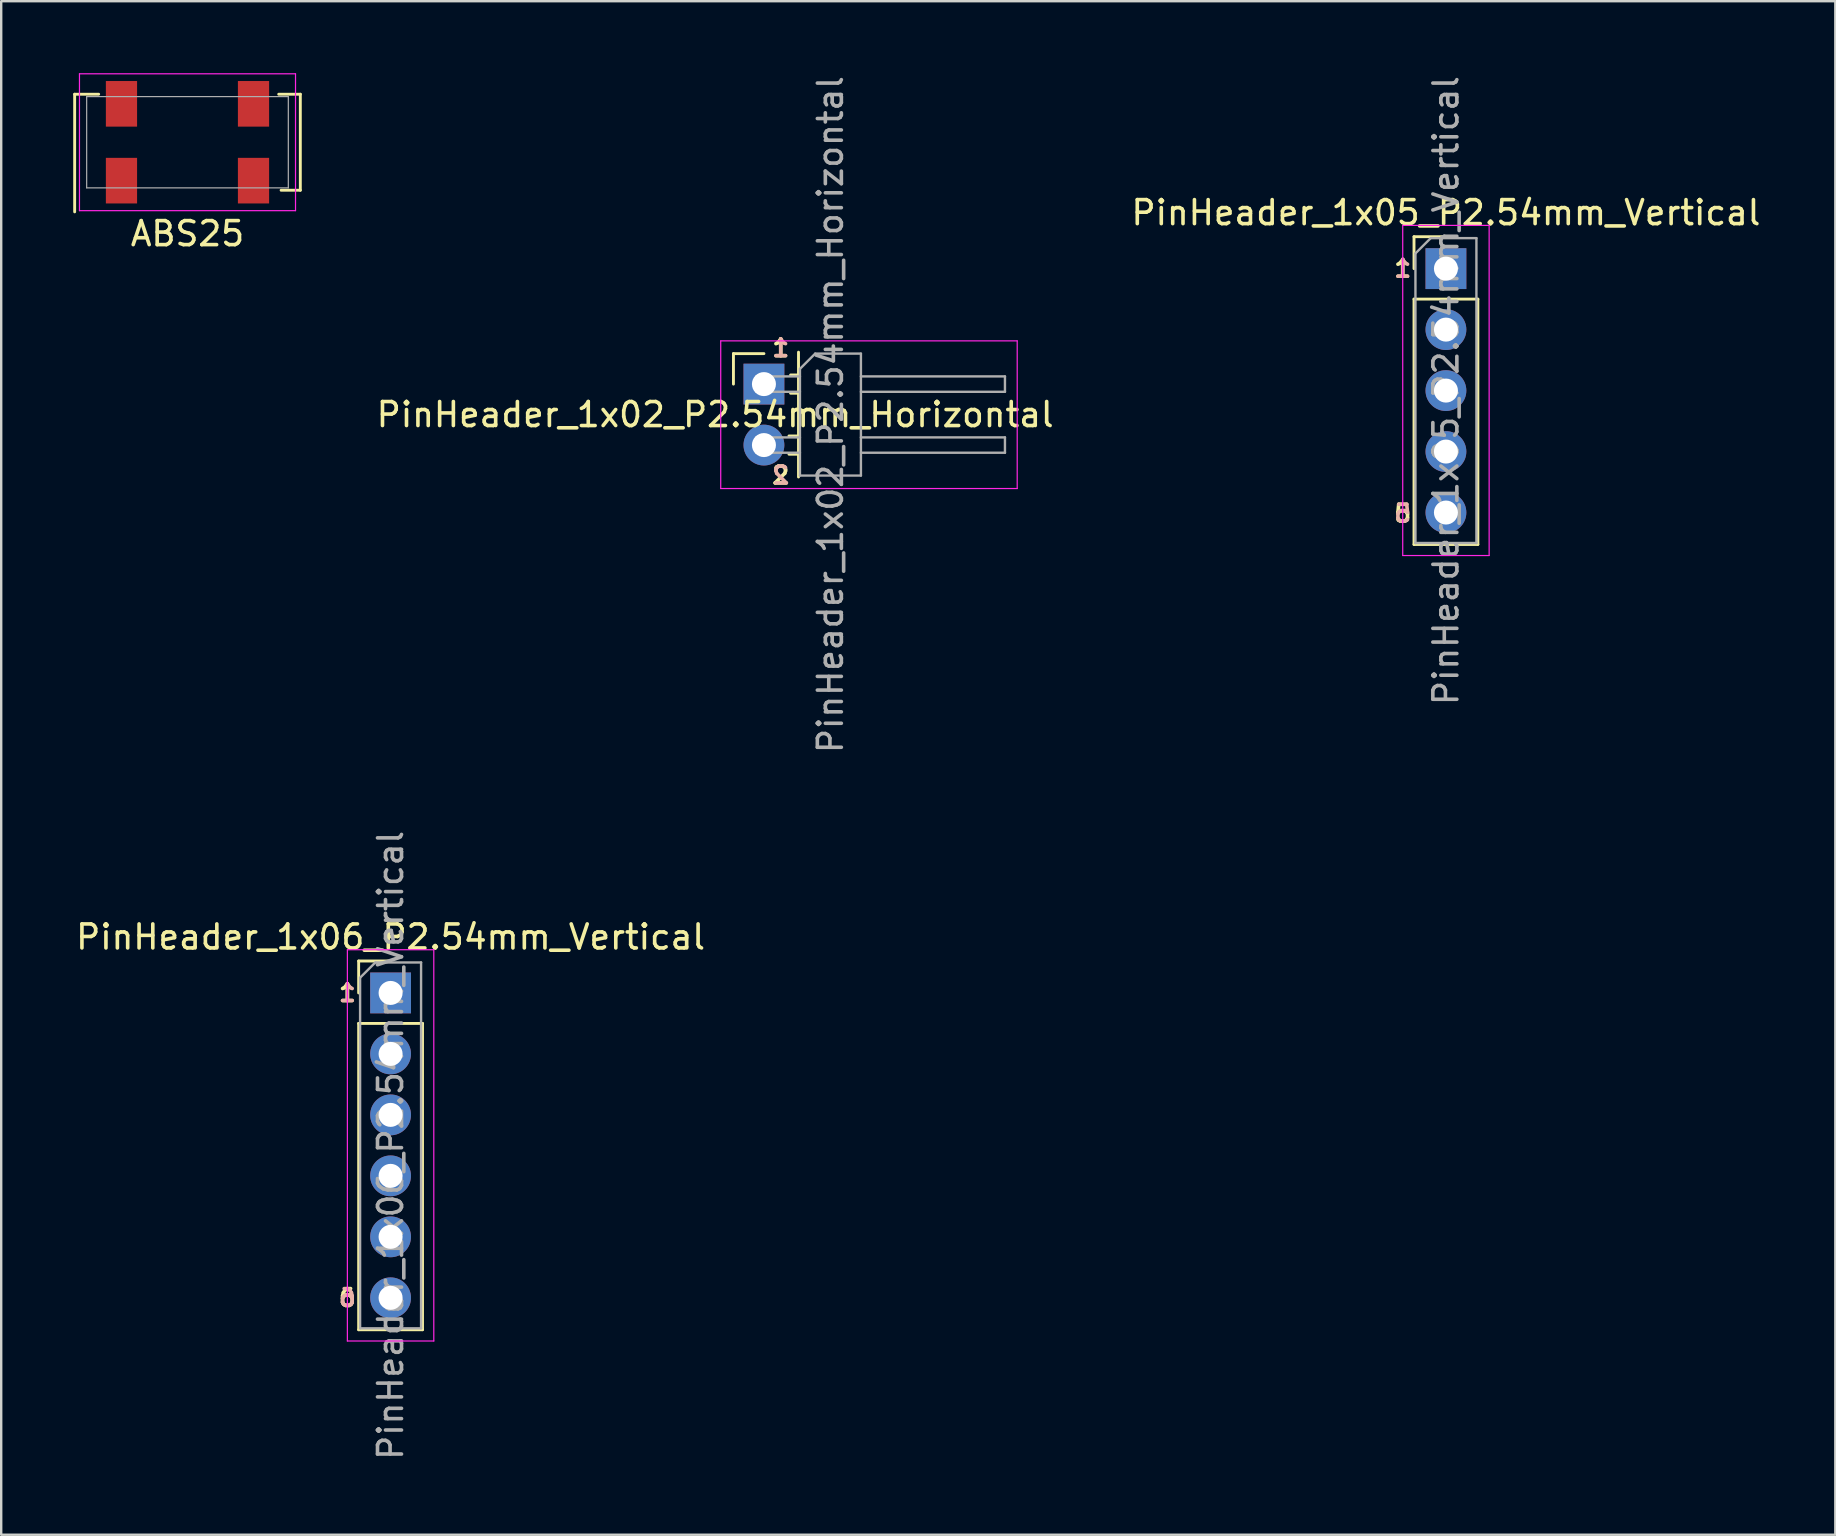
<source format=kicad_pcb>
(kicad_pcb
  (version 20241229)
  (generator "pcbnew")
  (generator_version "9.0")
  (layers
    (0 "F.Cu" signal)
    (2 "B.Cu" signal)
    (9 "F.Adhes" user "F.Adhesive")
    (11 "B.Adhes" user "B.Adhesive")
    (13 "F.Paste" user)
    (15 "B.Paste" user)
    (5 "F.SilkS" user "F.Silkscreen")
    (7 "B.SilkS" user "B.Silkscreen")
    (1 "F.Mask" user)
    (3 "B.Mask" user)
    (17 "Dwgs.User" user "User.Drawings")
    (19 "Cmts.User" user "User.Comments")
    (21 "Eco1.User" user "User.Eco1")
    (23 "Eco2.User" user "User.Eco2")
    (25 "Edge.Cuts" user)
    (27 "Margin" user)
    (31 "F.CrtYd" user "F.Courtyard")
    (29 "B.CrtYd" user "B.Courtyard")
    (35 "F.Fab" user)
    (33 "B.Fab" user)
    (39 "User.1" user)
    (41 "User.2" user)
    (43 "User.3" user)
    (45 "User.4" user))
  (footprint "PinHeader_1x06_P2.54mm_Vertical"
    (layer "F.Cu")
    (at 13.22 38.311)
    (property "Reference" "PinHeader_1x06_P2.54mm_Vertical" (at 0 -2.33 0) (layer "F.SilkS") (effects (font (size 1 1) (thickness 0.15))))
    (attr through_hole)
    (fp_line (start -1.33 -1.33) (end 0 -1.33) (stroke (width 0.12) (type solid)) (layer "F.SilkS"))
    (fp_line (start -1.33 0) (end -1.33 -1.33) (stroke (width 0.12) (type solid)) (layer "F.SilkS"))
    (fp_line (start -1.33 1.27) (end -1.33 14.03) (stroke (width 0.12) (type solid)) (layer "F.SilkS"))
    (fp_line (start -1.33 1.27) (end 1.33 1.27) (stroke (width 0.12) (type solid)) (layer "F.SilkS"))
    (fp_line (start -1.33 14.03) (end 1.33 14.03) (stroke (width 0.12) (type solid)) (layer "F.SilkS"))
    (fp_line (start 1.33 1.27) (end 1.33 14.03) (stroke (width 0.12) (type solid)) (layer "F.SilkS"))
    (fp_line (start -1.8 -1.8) (end -1.8 14.5) (stroke (width 0.05) (type solid)) (layer "F.CrtYd"))
    (fp_line (start -1.8 14.5) (end 1.8 14.5) (stroke (width 0.05) (type solid)) (layer "F.CrtYd"))
    (fp_line (start 1.8 -1.8) (end -1.8 -1.8) (stroke (width 0.05) (type solid)) (layer "F.CrtYd"))
    (fp_line (start 1.8 14.5) (end 1.8 -1.8) (stroke (width 0.05) (type solid)) (layer "F.CrtYd"))
    (fp_line (start -1.27 -0.635) (end -0.635 -1.27) (stroke (width 0.1) (type solid)) (layer "F.Fab"))
    (fp_line (start -1.27 13.97) (end -1.27 -0.635) (stroke (width 0.1) (type solid)) (layer "F.Fab"))
    (fp_line (start -0.635 -1.27) (end 1.27 -1.27) (stroke (width 0.1) (type solid)) (layer "F.Fab"))
    (fp_line (start 1.27 -1.27) (end 1.27 13.97) (stroke (width 0.1) (type solid)) (layer "F.Fab"))
    (fp_line (start 1.27 13.97) (end -1.27 13.97) (stroke (width 0.1) (type solid)) (layer "F.Fab"))
    (fp_text user "1" (at -1.8 0 0) (layer "F.SilkS") (effects (font (size 0.7 0.7) (thickness 0.15))))
    (fp_text user "6" (at -1.8 12.7 0) (layer "F.SilkS") (effects (font (size 0.7 0.7) (thickness 0.15))))
    (fp_text user "1" (at -1.8 0 0) (layer "B.SilkS") (effects (font (size 0.7 0.7) (thickness 0.15)) (justify mirror)))
    (fp_text user "6" (at -1.8 12.7 0) (layer "B.SilkS") (effects (font (size 0.7 0.7) (thickness 0.15)) (justify mirror)))
    (fp_text user "${REFERENCE}" (at 0 6.35 90) (layer "F.Fab") (effects (font (size 1 1) (thickness 0.15))))
    (pad "1" thru_hole rect (at 0 0) (size 1.7 1.7) (drill 1) (layers "*.Cu" "*.Mask"))
    (pad "2" thru_hole oval (at 0 2.54) (size 1.7 1.7) (drill 1) (layers "*.Cu" "*.Mask"))
    (pad "3" thru_hole oval (at 0 5.08) (size 1.7 1.7) (drill 1) (layers "*.Cu" "*.Mask"))
    (pad "4" thru_hole oval (at 0 7.62) (size 1.7 1.7) (drill 1) (layers "*.Cu" "*.Mask"))
    (pad "5" thru_hole oval (at 0 10.16) (size 1.7 1.7) (drill 1) (layers "*.Cu" "*.Mask"))
    (pad "6" thru_hole oval (at 0 12.7) (size 1.7 1.7) (drill 1) (layers "*.Cu" "*.Mask")))
  (footprint "PinHeader_1x05_P2.54mm_Vertical"
    (layer "F.Cu")
    (at 57.181 8.14)
    (property "Reference" "PinHeader_1x05_P2.54mm_Vertical" (at 0 -2.33 0) (layer "F.SilkS") (effects (font (size 1 1) (thickness 0.15))))
    (attr through_hole)
    (fp_line (start -1.33 -1.33) (end 0 -1.33) (stroke (width 0.12) (type solid)) (layer "F.SilkS"))
    (fp_line (start -1.33 0) (end -1.33 -1.33) (stroke (width 0.12) (type solid)) (layer "F.SilkS"))
    (fp_line (start -1.33 1.27) (end -1.33 11.49) (stroke (width 0.12) (type solid)) (layer "F.SilkS"))
    (fp_line (start -1.33 1.27) (end 1.33 1.27) (stroke (width 0.12) (type solid)) (layer "F.SilkS"))
    (fp_line (start -1.33 11.49) (end 1.33 11.49) (stroke (width 0.12) (type solid)) (layer "F.SilkS"))
    (fp_line (start 1.33 1.27) (end 1.33 11.49) (stroke (width 0.12) (type solid)) (layer "F.SilkS"))
    (fp_line (start -1.8 -1.8) (end -1.8 11.95) (stroke (width 0.05) (type solid)) (layer "F.CrtYd"))
    (fp_line (start -1.8 11.95) (end 1.8 11.95) (stroke (width 0.05) (type solid)) (layer "F.CrtYd"))
    (fp_line (start 1.8 -1.8) (end -1.8 -1.8) (stroke (width 0.05) (type solid)) (layer "F.CrtYd"))
    (fp_line (start 1.8 11.95) (end 1.8 -1.8) (stroke (width 0.05) (type solid)) (layer "F.CrtYd"))
    (fp_line (start -1.27 -0.635) (end -0.635 -1.27) (stroke (width 0.1) (type solid)) (layer "F.Fab"))
    (fp_line (start -1.27 11.43) (end -1.27 -0.635) (stroke (width 0.1) (type solid)) (layer "F.Fab"))
    (fp_line (start -0.635 -1.27) (end 1.27 -1.27) (stroke (width 0.1) (type solid)) (layer "F.Fab"))
    (fp_line (start 1.27 -1.27) (end 1.27 11.43) (stroke (width 0.1) (type solid)) (layer "F.Fab"))
    (fp_line (start 1.27 11.43) (end -1.27 11.43) (stroke (width 0.1) (type solid)) (layer "F.Fab"))
    (fp_text user "5" (at -1.8 10.2 0) (layer "F.SilkS") (effects (font (size 0.7 0.7) (thickness 0.15))))
    (fp_text user "1" (at -1.8 0 0) (layer "F.SilkS") (effects (font (size 0.7 0.7) (thickness 0.15))))
    (fp_text user "1" (at -1.8 0 0) (layer "B.SilkS") (effects (font (size 0.7 0.7) (thickness 0.15)) (justify mirror)))
    (fp_text user "5" (at -1.8 10.2 0) (layer "B.SilkS") (effects (font (size 0.7 0.7) (thickness 0.15)) (justify mirror)))
    (fp_text user "${REFERENCE}" (at 0 5.08 90) (layer "F.Fab") (effects (font (size 1 1) (thickness 0.15))))
    (pad "1" thru_hole rect (at 0 0) (size 1.7 1.7) (drill 1) (layers "*.Cu" "*.Mask"))
    (pad "2" thru_hole oval (at 0 2.54) (size 1.7 1.7) (drill 1) (layers "*.Cu" "*.Mask"))
    (pad "3" thru_hole oval (at 0 5.08) (size 1.7 1.7) (drill 1) (layers "*.Cu" "*.Mask"))
    (pad "4" thru_hole oval (at 0 7.62) (size 1.7 1.7) (drill 1) (layers "*.Cu" "*.Mask"))
    (pad "5" thru_hole oval (at 0 10.16) (size 1.7 1.7) (drill 1) (layers "*.Cu" "*.Mask")))
  (footprint "ABS25"
    (layer "F.Cu")
    (at 4.76 2.875)
    (property "Reference" "ABS25" (at 0 3.81 0) (layer "F.SilkS") (effects (font (size 1 1) (thickness 0.15))))
    (attr smd)
    (fp_line (start -4.7 -2) (end -4.7 2.9) (stroke (width 0.12) (type solid)) (layer "F.SilkS"))
    (fp_line (start -4.7 -2) (end -3.7 -2) (stroke (width 0.12) (type solid)) (layer "F.SilkS"))
    (fp_line (start 4.7 -2) (end 3.8 -2) (stroke (width 0.12) (type solid)) (layer "F.SilkS"))
    (fp_line (start 4.7 -2) (end 4.7 2) (stroke (width 0.12) (type solid)) (layer "F.SilkS"))
    (fp_line (start 4.7 2) (end 3.9 2) (stroke (width 0.12) (type solid)) (layer "F.SilkS"))
    (fp_line (start -4.5 -2.85) (end -4.5 2.85) (stroke (width 0.05) (type solid)) (layer "F.CrtYd"))
    (fp_line (start -4.5 -2.85) (end 4.5 -2.85) (stroke (width 0.05) (type solid)) (layer "F.CrtYd"))
    (fp_line (start -4.5 2.85) (end 4.5 2.85) (stroke (width 0.05) (type solid)) (layer "F.CrtYd"))
    (fp_line (start 4.5 -2.85) (end 4.5 2.85) (stroke (width 0.05) (type solid)) (layer "F.CrtYd"))
    (fp_line (start -4.2 -1.9) (end -4.2 1.9) (stroke (width 0.05) (type solid)) (layer "F.Fab"))
    (fp_line (start -4.2 -1.9) (end 4.2 -1.9) (stroke (width 0.05) (type solid)) (layer "F.Fab"))
    (fp_line (start -4.2 1.9) (end 4.2 1.9) (stroke (width 0.05) (type solid)) (layer "F.Fab"))
    (fp_line (start 4.2 1.9) (end 4.2 -1.9) (stroke (width 0.05) (type solid)) (layer "F.Fab"))
    (pad "1" smd rect (at -2.75 1.6) (size 1.3 1.9) (layers "F.Cu" "F.Mask" "F.Paste"))
    (pad "2" smd rect (at 2.75 1.6) (size 1.3 1.9) (layers "F.Cu" "F.Mask" "F.Paste"))
    (pad "3" smd rect (at 2.75 -1.6) (size 1.3 1.9) (layers "F.Cu" "F.Mask" "F.Paste"))
    (pad "4" smd rect (at -2.75 -1.6) (size 1.3 1.9) (layers "F.Cu" "F.Mask" "F.Paste")))
  (footprint "PinHeader_1x02_P2.54mm_Horizontal"
    (layer "F.Cu")
    (at 28.772 12.95)
    (property "Reference" "PinHeader_1x02_P2.54mm_Horizontal" (at -2.032 1.27 180) (layer "F.SilkS") (effects (font (size 1 1) (thickness 0.15))))
    (attr through_hole)
    (fp_line (start -1.27 -1.27) (end 0 -1.27) (stroke (width 0.12) (type solid)) (layer "F.SilkS"))
    (fp_line (start -1.27 0) (end -1.27 -1.27) (stroke (width 0.12) (type solid)) (layer "F.SilkS"))
    (fp_line (start 1.043 2.16) (end 1.44 2.16) (stroke (width 0.12) (type solid)) (layer "F.SilkS"))
    (fp_line (start 1.043 2.92) (end 1.44 2.92) (stroke (width 0.12) (type solid)) (layer "F.SilkS"))
    (fp_line (start 1.11 -0.38) (end 1.44 -0.38) (stroke (width 0.12) (type solid)) (layer "F.SilkS"))
    (fp_line (start 1.11 0.38) (end 1.44 0.38) (stroke (width 0.12) (type solid)) (layer "F.SilkS"))
    (fp_line (start 1.44 -1.33) (end 1.44 3.87) (stroke (width 0.12) (type solid)) (layer "F.SilkS"))
    (fp_line (start -1.8 -1.8) (end -1.8 4.35) (stroke (width 0.05) (type solid)) (layer "F.CrtYd"))
    (fp_line (start -1.8 4.35) (end 10.55 4.35) (stroke (width 0.05) (type solid)) (layer "F.CrtYd"))
    (fp_line (start 10.55 -1.8) (end -1.8 -1.8) (stroke (width 0.05) (type solid)) (layer "F.CrtYd"))
    (fp_line (start 10.55 4.35) (end 10.55 -1.8) (stroke (width 0.05) (type solid)) (layer "F.CrtYd"))
    (fp_line (start -0.32 -0.32) (end -0.32 0.32) (stroke (width 0.1) (type solid)) (layer "F.Fab"))
    (fp_line (start -0.32 -0.32) (end 1.5 -0.32) (stroke (width 0.1) (type solid)) (layer "F.Fab"))
    (fp_line (start -0.32 0.32) (end 1.5 0.32) (stroke (width 0.1) (type solid)) (layer "F.Fab"))
    (fp_line (start -0.32 2.22) (end -0.32 2.86) (stroke (width 0.1) (type solid)) (layer "F.Fab"))
    (fp_line (start -0.32 2.22) (end 1.5 2.22) (stroke (width 0.1) (type solid)) (layer "F.Fab"))
    (fp_line (start -0.32 2.86) (end 1.5 2.86) (stroke (width 0.1) (type solid)) (layer "F.Fab"))
    (fp_line (start 1.5 -0.635) (end 2.135 -1.27) (stroke (width 0.1) (type solid)) (layer "F.Fab"))
    (fp_line (start 1.5 3.81) (end 1.5 -0.635) (stroke (width 0.1) (type solid)) (layer "F.Fab"))
    (fp_line (start 2.135 -1.27) (end 4.04 -1.27) (stroke (width 0.1) (type solid)) (layer "F.Fab"))
    (fp_line (start 4.04 -1.27) (end 4.04 3.81) (stroke (width 0.1) (type solid)) (layer "F.Fab"))
    (fp_line (start 4.04 -0.32) (end 10.04 -0.32) (stroke (width 0.1) (type solid)) (layer "F.Fab"))
    (fp_line (start 4.04 0.32) (end 10.04 0.32) (stroke (width 0.1) (type solid)) (layer "F.Fab"))
    (fp_line (start 4.04 2.22) (end 10.04 2.22) (stroke (width 0.1) (type solid)) (layer "F.Fab"))
    (fp_line (start 4.04 2.86) (end 10.04 2.86) (stroke (width 0.1) (type solid)) (layer "F.Fab"))
    (fp_line (start 4.04 3.81) (end 1.5 3.81) (stroke (width 0.1) (type solid)) (layer "F.Fab"))
    (fp_line (start 10.04 -0.32) (end 10.04 0.32) (stroke (width 0.1) (type solid)) (layer "F.Fab"))
    (fp_line (start 10.04 2.22) (end 10.04 2.86) (stroke (width 0.1) (type solid)) (layer "F.Fab"))
    (fp_text user "1" (at 0.7 -1.5 0) (layer "F.SilkS") (effects (font (size 0.7 0.7) (thickness 0.15))))
    (fp_text user "2" (at 0.7 3.8 0) (layer "F.SilkS") (effects (font (size 0.7 0.7) (thickness 0.15))))
    (fp_text user "1" (at 0.7 -1.5 0) (layer "B.SilkS") (effects (font (size 0.7 0.7) (thickness 0.15)) (justify mirror)))
    (fp_text user "2" (at 0.7 3.8 0) (layer "B.SilkS") (effects (font (size 0.7 0.7) (thickness 0.15)) (justify mirror)))
    (fp_text user "${REFERENCE}" (at 2.77 1.27 90) (layer "F.Fab") (effects (font (size 1 1) (thickness 0.15))))
    (pad "1" thru_hole rect (at 0 0) (size 1.7 1.7) (drill 1) (layers "*.Cu" "*.Mask"))
    (pad "2" thru_hole oval (at 0 2.54) (size 1.7 1.7) (drill 1) (layers "*.Cu" "*.Mask")))
  (gr_rect
    (start -3 -3)
    (end 73.401 60.881)
    (stroke (width 0.1) (type default))
    (fill no)
    (layer "Edge.Cuts")))
</source>
